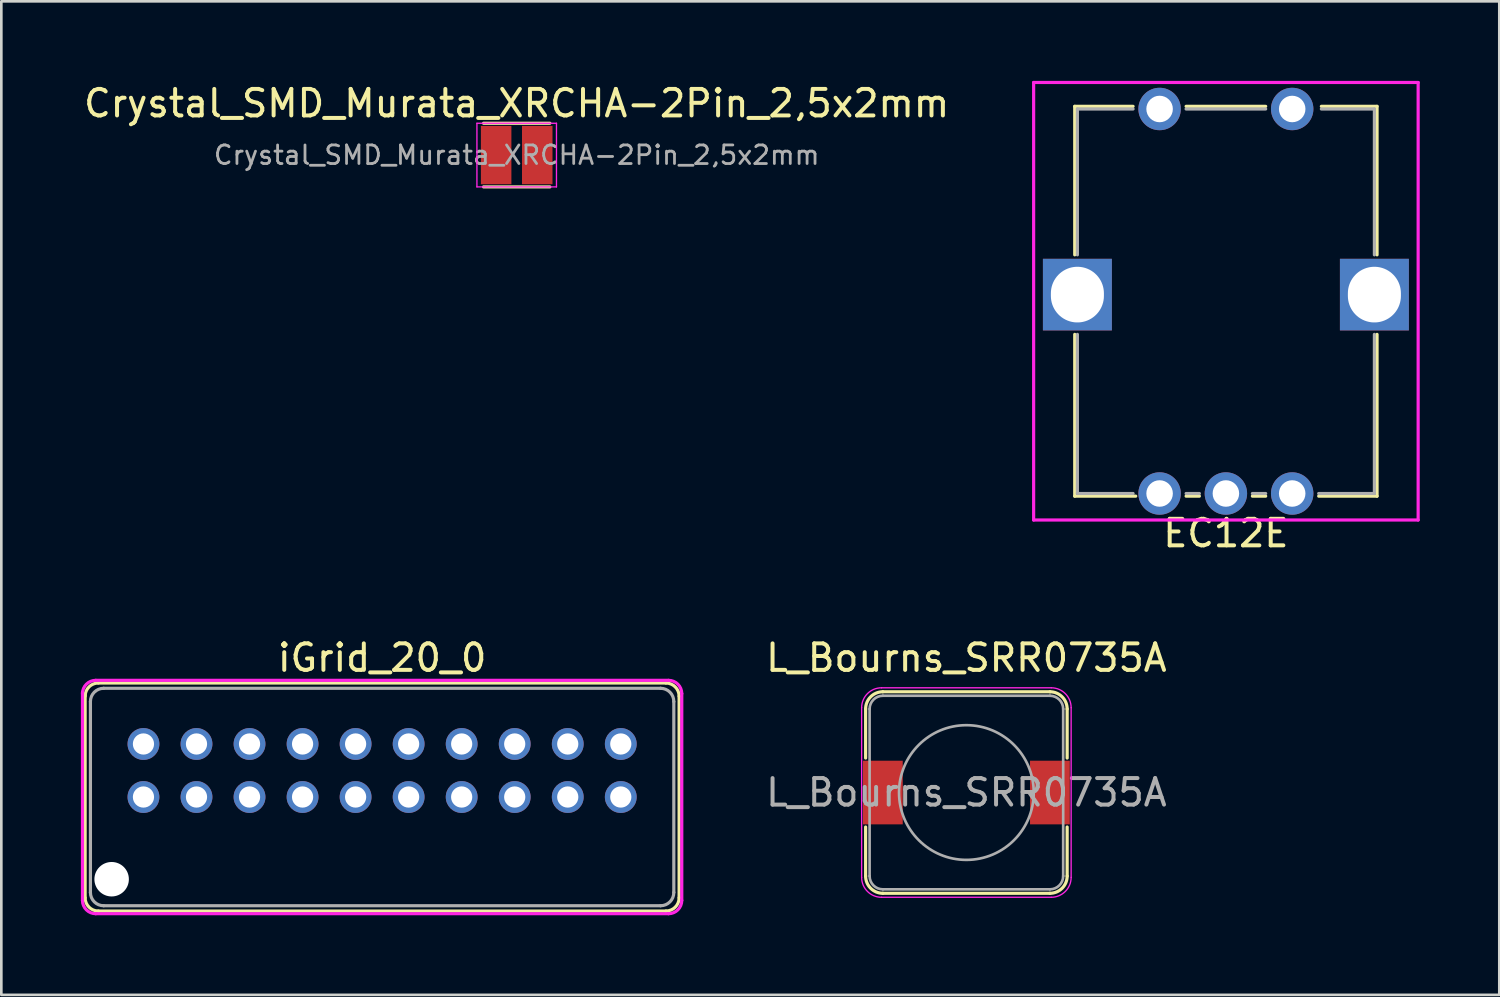
<source format=kicad_pcb>
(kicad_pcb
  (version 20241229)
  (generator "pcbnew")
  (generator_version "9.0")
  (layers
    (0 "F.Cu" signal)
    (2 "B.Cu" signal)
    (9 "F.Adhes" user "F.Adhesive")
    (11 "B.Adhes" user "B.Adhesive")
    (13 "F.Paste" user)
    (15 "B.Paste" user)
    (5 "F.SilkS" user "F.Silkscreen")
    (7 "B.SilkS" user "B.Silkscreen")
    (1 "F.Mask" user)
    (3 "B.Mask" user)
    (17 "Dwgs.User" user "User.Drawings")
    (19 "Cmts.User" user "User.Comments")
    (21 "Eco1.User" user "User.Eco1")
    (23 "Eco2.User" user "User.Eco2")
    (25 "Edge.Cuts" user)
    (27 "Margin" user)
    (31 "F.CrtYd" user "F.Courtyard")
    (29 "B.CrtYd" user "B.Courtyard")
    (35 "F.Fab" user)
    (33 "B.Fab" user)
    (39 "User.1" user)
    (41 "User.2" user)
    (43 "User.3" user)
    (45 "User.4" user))
  (footprint "L_Bourns_SRR0735A"
    (layer "F.Cu")
    (at 33.393 26.837)
    (property "Reference" "L_Bourns_SRR0735A" (at 0 -5.08 0) (layer "F.SilkS") (effects (font (size 1 1) (thickness 0.15))))
    (attr smd)
    (fp_line (start -3.8 -3.15) (end -3.8 -1.3) (stroke (width 0.12) (type solid)) (layer "F.SilkS"))
    (fp_line (start -3.8 1.3) (end -3.8 3.15) (stroke (width 0.12) (type solid)) (layer "F.SilkS"))
    (fp_line (start -3.15 -3.8) (end 3.15 -3.8) (stroke (width 0.12) (type solid)) (layer "F.SilkS"))
    (fp_line (start 3.15 3.8) (end -3.15 3.8) (stroke (width 0.12) (type solid)) (layer "F.SilkS"))
    (fp_line (start 3.8 -3.15) (end 3.8 -1.3) (stroke (width 0.12) (type solid)) (layer "F.SilkS"))
    (fp_line (start 3.8 1.3) (end 3.8 3.15) (stroke (width 0.12) (type solid)) (layer "F.SilkS"))
    (fp_arc (start -3.8 -3.15) (mid -3.609619 -3.609619) (end -3.15 -3.8) (stroke (width 0.12) (type solid)) (layer "F.SilkS"))
    (fp_arc (start -3.15 3.8) (mid -3.609619 3.609619) (end -3.8 3.15) (stroke (width 0.12) (type solid)) (layer "F.SilkS"))
    (fp_arc (start 3.15 -3.8) (mid 3.609619 -3.609619) (end 3.8 -3.15) (stroke (width 0.12) (type solid)) (layer "F.SilkS"))
    (fp_arc (start 3.8 3.15) (mid 3.609619 3.609619) (end 3.15 3.8) (stroke (width 0.12) (type solid)) (layer "F.SilkS"))
    (fp_line (start -3.95 3.2) (end -3.95 -3.2) (stroke (width 0.05) (type solid)) (layer "F.CrtYd"))
    (fp_line (start -3.2 -3.95) (end 3.2 -3.95) (stroke (width 0.05) (type solid)) (layer "F.CrtYd"))
    (fp_line (start 3.2 3.95) (end -3.2 3.95) (stroke (width 0.05) (type solid)) (layer "F.CrtYd"))
    (fp_line (start 3.95 -3.2) (end 3.95 3.2) (stroke (width 0.05) (type solid)) (layer "F.CrtYd"))
    (fp_arc (start -3.95 -3.2) (mid -3.73033 -3.73033) (end -3.2 -3.95) (stroke (width 0.05) (type solid)) (layer "F.CrtYd"))
    (fp_arc (start -3.2 3.95) (mid -3.73033 3.73033) (end -3.95 3.2) (stroke (width 0.05) (type solid)) (layer "F.CrtYd"))
    (fp_arc (start 3.2 -3.95) (mid 3.73033 -3.73033) (end 3.95 -3.2) (stroke (width 0.05) (type solid)) (layer "F.CrtYd"))
    (fp_arc (start 3.95 3.2) (mid 3.73033 3.73033) (end 3.2 3.95) (stroke (width 0.05) (type solid)) (layer "F.CrtYd"))
    (fp_line (start -3.65 -3.15) (end -3.65 3.15) (stroke (width 0.1) (type solid)) (layer "F.Fab"))
    (fp_line (start -3.15 -3.65) (end 3.15 -3.65) (stroke (width 0.1) (type solid)) (layer "F.Fab"))
    (fp_line (start 3.15 3.65) (end -3.15 3.65) (stroke (width 0.1) (type solid)) (layer "F.Fab"))
    (fp_line (start 3.65 -3.15) (end 3.65 3.15) (stroke (width 0.1) (type solid)) (layer "F.Fab"))
    (fp_arc (start -3.65 -3.15) (mid -3.503553 -3.503553) (end -3.15 -3.65) (stroke (width 0.1) (type solid)) (layer "F.Fab"))
    (fp_arc (start -3.15 3.65) (mid -3.503553 3.503553) (end -3.65 3.15) (stroke (width 0.1) (type solid)) (layer "F.Fab"))
    (fp_arc (start 3.15 -3.65) (mid 3.503553 -3.503553) (end 3.65 -3.15) (stroke (width 0.1) (type solid)) (layer "F.Fab"))
    (fp_arc (start 3.65 3.15) (mid 3.503553 3.503553) (end 3.15 3.65) (stroke (width 0.1) (type solid)) (layer "F.Fab"))
    (fp_circle (center 0 0) (end 0 -2.54) (stroke (width 0.1) (type solid)) (fill no) (layer "F.Fab"))
    (fp_text user "${REFERENCE}" (at 0 0 0) (layer "F.Fab") (effects (font (size 1 1) (thickness 0.15))))
    (pad "1" smd rect (at -3.15 0) (size 1.5 2.4) (layers "F.Cu" "F.Mask" "F.Paste"))
    (pad "2" smd rect (at 3.15 0) (size 1.5 2.4) (layers "F.Cu" "F.Mask" "F.Paste")))
  (footprint "EC12E"
    (layer "F.Cu")
    (at 43.179 8.06)
    (property "Reference" "EC12E" (at 0 9 0) (layer "F.SilkS") (effects (font (size 1 1) (thickness 0.15))))
    (attr through_hole)
    (fp_line (start -5.7 -7.1) (end -5.7 -1.5) (stroke (width 0.12) (type solid)) (layer "F.SilkS"))
    (fp_line (start -5.7 -7.1) (end -3.5 -7.1) (stroke (width 0.12) (type solid)) (layer "F.SilkS"))
    (fp_line (start -5.7 1.5) (end -5.7 7.6) (stroke (width 0.12) (type solid)) (layer "F.SilkS"))
    (fp_line (start -5.7 7.6) (end -3.4 7.6) (stroke (width 0.12) (type solid)) (layer "F.SilkS"))
    (fp_line (start -1.5 -7.1) (end 1.5 -7.1) (stroke (width 0.12) (type solid)) (layer "F.SilkS"))
    (fp_line (start -1.5 7.6) (end -1 7.6) (stroke (width 0.12) (type solid)) (layer "F.SilkS"))
    (fp_line (start 1 7.6) (end 1.5 7.6) (stroke (width 0.12) (type solid)) (layer "F.SilkS"))
    (fp_line (start 3.5 7.6) (end 5.7 7.6) (stroke (width 0.12) (type solid)) (layer "F.SilkS"))
    (fp_line (start 3.6 -7.1) (end 5.7 -7.1) (stroke (width 0.12) (type solid)) (layer "F.SilkS"))
    (fp_line (start 5.7 -7.1) (end 5.7 -1.5) (stroke (width 0.12) (type solid)) (layer "F.SilkS"))
    (fp_line (start 5.7 1.5) (end 5.7 7.6) (stroke (width 0.12) (type solid)) (layer "F.SilkS"))
    (fp_line (start -7.25 -8) (end -7.25 8.5) (stroke (width 0.12) (type solid)) (layer "F.CrtYd"))
    (fp_line (start -7.25 8.5) (end 7.25 8.5) (stroke (width 0.12) (type solid)) (layer "F.CrtYd"))
    (fp_line (start 7.25 -8) (end -7.25 -8) (stroke (width 0.12) (type solid)) (layer "F.CrtYd"))
    (fp_line (start 7.25 8.5) (end 7.25 -8) (stroke (width 0.12) (type solid)) (layer "F.CrtYd"))
    (fp_line (start -5.6 -7) (end -3.5 -7) (stroke (width 0.12) (type solid)) (layer "F.Fab"))
    (fp_line (start -5.6 -1.5) (end -5.6 -7) (stroke (width 0.12) (type solid)) (layer "F.Fab"))
    (fp_line (start -5.6 7.5) (end -5.6 1.5) (stroke (width 0.12) (type solid)) (layer "F.Fab"))
    (fp_line (start -3.5 7.5) (end -5.6 7.5) (stroke (width 0.12) (type solid)) (layer "F.Fab"))
    (fp_line (start -1.5 -7) (end 1.5 -7) (stroke (width 0.12) (type solid)) (layer "F.Fab"))
    (fp_line (start -1.5 7.5) (end -1 7.5) (stroke (width 0.12) (type solid)) (layer "F.Fab"))
    (fp_line (start 1 7.5) (end 1.5 7.5) (stroke (width 0.12) (type solid)) (layer "F.Fab"))
    (fp_line (start 3.6 -7) (end 5.6 -7) (stroke (width 0.12) (type solid)) (layer "F.Fab"))
    (fp_line (start 5.6 -7) (end 5.6 -1.5) (stroke (width 0.12) (type solid)) (layer "F.Fab"))
    (fp_line (start 5.6 1.5) (end 5.6 7.5) (stroke (width 0.12) (type solid)) (layer "F.Fab"))
    (fp_line (start 5.6 7.5) (end 3.5 7.5) (stroke (width 0.12) (type solid)) (layer "F.Fab"))
    (pad "3" thru_hole circle (at -2.5 -7) (size 1.6 1.6) (drill 1) (layers "*.Cu" "*.Mask"))
    (pad "4" thru_hole circle (at 2.5 -7) (size 1.6 1.6) (drill 1) (layers "*.Cu" "*.Mask"))
    (pad "A" thru_hole circle (at -2.5 7.5) (size 1.6 1.6) (drill 1) (layers "*.Cu" "*.Mask"))
    (pad "B" thru_hole circle (at 2.5 7.5) (size 1.6 1.6) (drill 1) (layers "*.Cu" "*.Mask"))
    (pad "C" thru_hole circle (at 0 7.5) (size 1.6 1.6) (drill 1) (layers "*.Cu" "*.Mask"))
    (pad "GND" thru_hole rect (at -5.6 0) (size 2.6 2.7) (drill oval 2 2.1) (layers "*.Cu" "*.Mask"))
    (pad "GND" thru_hole rect (at 5.6 0) (size 2.6 2.7) (drill oval 2 2.1) (layers "*.Cu" "*.Mask")))
  (footprint "Crystal_SMD_Murata_XRCHA-2Pin_2,5x2mm"
    (layer "F.Cu")
    (at 16.435 2.798)
    (property "Reference" "Crystal_SMD_Murata_XRCHA-2Pin_2,5x2mm" (at 0 -1.95 0) (layer "F.SilkS") (effects (font (size 1 1) (thickness 0.15))))
    (attr smd)
    (fp_line (start -1.25 -1.2) (end 1.25 -1.2) (stroke (width 0.12) (type solid)) (layer "F.SilkS"))
    (fp_line (start -1.25 1.2) (end 1.25 1.2) (stroke (width 0.12) (type solid)) (layer "F.SilkS"))
    (fp_line (start -1.5 -1.2) (end -1.5 1.2) (stroke (width 0.05) (type solid)) (layer "F.CrtYd"))
    (fp_line (start -1.5 1.2) (end 1.5 1.2) (stroke (width 0.05) (type solid)) (layer "F.CrtYd"))
    (fp_line (start 1.5 -1.2) (end -1.5 -1.2) (stroke (width 0.05) (type solid)) (layer "F.CrtYd"))
    (fp_line (start 1.5 1.2) (end 1.5 -1.2) (stroke (width 0.05) (type solid)) (layer "F.CrtYd"))
    (fp_text user "${REFERENCE}" (at 0 0 0) (layer "F.Fab") (effects (font (size 0.7 0.7) (thickness 0.105))))
    (pad "1" smd rect (at -0.775 0) (size 1.15 2.2) (layers "F.Cu" "F.Mask" "F.Paste"))
    (pad "2" smd rect (at 0.775 0) (size 1.15 2.2) (layers "F.Cu" "F.Mask" "F.Paste")))
  (footprint "iGrid_20_0"
    (layer "F.Cu")
    (at 11.36 27.006)
    (property "Reference" "iGrid_20_0" (at 0 -5.25 0) (layer "F.SilkS") (effects (font (size 1 1) (thickness 0.15))))
    (attr through_hole)
    (fp_line (start -11.2 -3.85) (end -11.2 3.8) (stroke (width 0.12) (type solid)) (layer "F.SilkS"))
    (fp_line (start -10.7 4.3) (end 10.7 4.3) (stroke (width 0.12) (type solid)) (layer "F.SilkS"))
    (fp_line (start 10.7 -4.3) (end -10.7 -4.3) (stroke (width 0.12) (type solid)) (layer "F.SilkS"))
    (fp_line (start 11.2 3.8) (end 11.2 -3.8) (stroke (width 0.12) (type solid)) (layer "F.SilkS"))
    (fp_arc (start -11.2 -3.8) (mid -11.053553 -4.153553) (end -10.7 -4.3) (stroke (width 0.12) (type solid)) (layer "F.SilkS"))
    (fp_arc (start -10.7 4.3) (mid -11.053553 4.153553) (end -11.2 3.8) (stroke (width 0.12) (type solid)) (layer "F.SilkS"))
    (fp_arc (start 10.7 -4.3) (mid 11.053553 -4.153553) (end 11.2 -3.8) (stroke (width 0.12) (type solid)) (layer "F.SilkS"))
    (fp_arc (start 11.2 3.8) (mid 11.053553 4.153553) (end 10.7 4.3) (stroke (width 0.12) (type solid)) (layer "F.SilkS"))
    (fp_line (start -11.3 3.9) (end -11.3 -3.95) (stroke (width 0.12) (type solid)) (layer "F.CrtYd"))
    (fp_line (start -10.8 -4.4) (end 10.8 -4.4) (stroke (width 0.12) (type solid)) (layer "F.CrtYd"))
    (fp_line (start 10.8 4.4) (end -10.8 4.4) (stroke (width 0.12) (type solid)) (layer "F.CrtYd"))
    (fp_line (start 11.3 -3.9) (end 11.3 3.9) (stroke (width 0.12) (type solid)) (layer "F.CrtYd"))
    (fp_arc (start -11.3 -3.9) (mid -11.153553 -4.253553) (end -10.8 -4.4) (stroke (width 0.12) (type solid)) (layer "F.CrtYd"))
    (fp_arc (start -10.8 4.4) (mid -11.153553 4.253553) (end -11.3 3.9) (stroke (width 0.12) (type solid)) (layer "F.CrtYd"))
    (fp_arc (start 10.8 -4.4) (mid 11.153553 -4.253553) (end 11.3 -3.9) (stroke (width 0.12) (type solid)) (layer "F.CrtYd"))
    (fp_arc (start 11.3 3.9) (mid 11.153553 4.253553) (end 10.8 4.4) (stroke (width 0.12) (type solid)) (layer "F.CrtYd"))
    (fp_line (start -11 -3.6) (end -11 3.6) (stroke (width 0.12) (type solid)) (layer "F.Fab"))
    (fp_line (start -10.5 4.1) (end 10.5 4.1) (stroke (width 0.12) (type solid)) (layer "F.Fab"))
    (fp_line (start 10.5 -4.1) (end -10.5 -4.1) (stroke (width 0.12) (type solid)) (layer "F.Fab"))
    (fp_line (start 11 3.6) (end 11 -3.6) (stroke (width 0.12) (type solid)) (layer "F.Fab"))
    (fp_arc (start -11 -3.6) (mid -10.853553 -3.953553) (end -10.5 -4.1) (stroke (width 0.12) (type solid)) (layer "F.Fab"))
    (fp_arc (start -10.5 4.1) (mid -10.853553 3.953553) (end -11 3.6) (stroke (width 0.12) (type solid)) (layer "F.Fab"))
    (fp_arc (start 10.5 -4.1) (mid 10.853553 -3.953553) (end 11 -3.6) (stroke (width 0.12) (type solid)) (layer "F.Fab"))
    (fp_arc (start 11 3.6) (mid 10.853553 3.953553) (end 10.5 4.1) (stroke (width 0.12) (type solid)) (layer "F.Fab"))
    (pad "" np_thru_hole circle (at -10.2 3.1) (size 1.3 1.3) (drill 1.3) (layers "*.Cu" "*.Mask"))
    (pad "1" thru_hole circle (at -9 -2) (size 1.2 1.2) (drill 0.8) (layers "*.Cu" "*.Mask"))
    (pad "2" thru_hole circle (at -9 0) (size 1.2 1.2) (drill 0.8) (layers "*.Cu" "*.Mask"))
    (pad "3" thru_hole circle (at -7 -2) (size 1.2 1.2) (drill 0.8) (layers "*.Cu" "*.Mask"))
    (pad "4" thru_hole circle (at -7 0) (size 1.2 1.2) (drill 0.8) (layers "*.Cu" "*.Mask"))
    (pad "5" thru_hole circle (at -5 -2) (size 1.2 1.2) (drill 0.8) (layers "*.Cu" "*.Mask"))
    (pad "6" thru_hole circle (at -5 0) (size 1.2 1.2) (drill 0.8) (layers "*.Cu" "*.Mask"))
    (pad "7" thru_hole circle (at -3 -2) (size 1.2 1.2) (drill 0.8) (layers "*.Cu" "*.Mask"))
    (pad "8" thru_hole circle (at -3 0) (size 1.2 1.2) (drill 0.8) (layers "*.Cu" "*.Mask"))
    (pad "9" thru_hole circle (at -1 -2) (size 1.2 1.2) (drill 0.8) (layers "*.Cu" "*.Mask"))
    (pad "10" thru_hole circle (at -1 0) (size 1.2 1.2) (drill 0.8) (layers "*.Cu" "*.Mask"))
    (pad "11" thru_hole circle (at 1 -2) (size 1.2 1.2) (drill 0.8) (layers "*.Cu" "*.Mask"))
    (pad "12" thru_hole circle (at 1 0) (size 1.2 1.2) (drill 0.8) (layers "*.Cu" "*.Mask"))
    (pad "13" thru_hole circle (at 3 -2) (size 1.2 1.2) (drill 0.8) (layers "*.Cu" "*.Mask"))
    (pad "14" thru_hole circle (at 3 0) (size 1.2 1.2) (drill 0.8) (layers "*.Cu" "*.Mask"))
    (pad "15" thru_hole circle (at 5 -2) (size 1.2 1.2) (drill 0.8) (layers "*.Cu" "*.Mask"))
    (pad "16" thru_hole circle (at 5 0) (size 1.2 1.2) (drill 0.8) (layers "*.Cu" "*.Mask"))
    (pad "17" thru_hole circle (at 7 -2) (size 1.2 1.2) (drill 0.8) (layers "*.Cu" "*.Mask"))
    (pad "18" thru_hole circle (at 7 0) (size 1.2 1.2) (drill 0.8) (layers "*.Cu" "*.Mask"))
    (pad "19" thru_hole circle (at 9 -2) (size 1.2 1.2) (drill 0.8) (layers "*.Cu" "*.Mask"))
    (pad "20" thru_hole circle (at 9 0) (size 1.2 1.2) (drill 0.8) (layers "*.Cu" "*.Mask")))
  (gr_rect
    (start -3 -3)
    (end 53.489 34.467)
    (stroke (width 0.1) (type default))
    (fill no)
    (layer "Edge.Cuts")))
</source>
